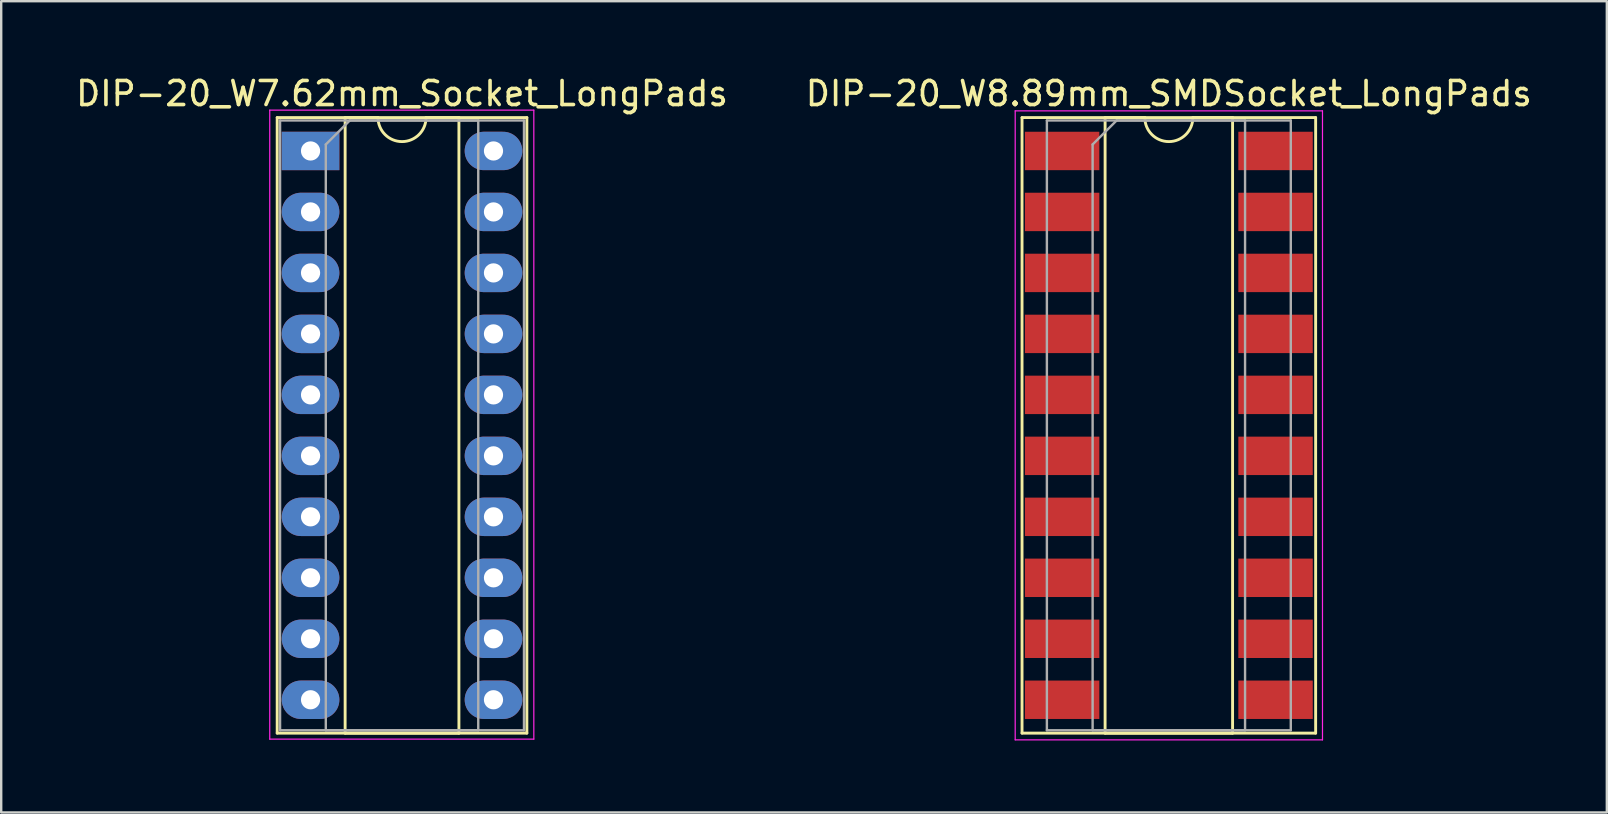
<source format=kicad_pcb>
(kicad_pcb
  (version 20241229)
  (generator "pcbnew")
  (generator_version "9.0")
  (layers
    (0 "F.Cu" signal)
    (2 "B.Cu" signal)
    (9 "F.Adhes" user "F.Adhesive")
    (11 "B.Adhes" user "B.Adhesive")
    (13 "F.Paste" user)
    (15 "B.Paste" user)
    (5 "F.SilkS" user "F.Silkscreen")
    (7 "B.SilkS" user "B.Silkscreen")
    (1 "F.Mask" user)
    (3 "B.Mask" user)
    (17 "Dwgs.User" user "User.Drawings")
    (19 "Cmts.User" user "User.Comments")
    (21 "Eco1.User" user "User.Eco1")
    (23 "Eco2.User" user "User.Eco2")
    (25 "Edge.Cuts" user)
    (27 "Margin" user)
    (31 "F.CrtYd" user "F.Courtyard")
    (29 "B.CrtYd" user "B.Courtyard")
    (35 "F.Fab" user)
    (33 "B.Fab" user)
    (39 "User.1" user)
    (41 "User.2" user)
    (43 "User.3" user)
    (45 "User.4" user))
  (footprint "DIP-20_W7.62mm_Socket_LongPads"
    (layer "F.Cu")
    (at 9.886 3.238)
    (property "Reference" "DIP-20_W7.62mm_Socket_LongPads" (at 3.81 -2.39 0) (layer "F.SilkS") (effects (font (size 1 1) (thickness 0.15))))
    (attr through_hole)
    (fp_line (start -1.39 -1.39) (end -1.39 24.25) (stroke (width 0.12) (type solid)) (layer "F.SilkS"))
    (fp_line (start -1.39 24.25) (end 9.01 24.25) (stroke (width 0.12) (type solid)) (layer "F.SilkS"))
    (fp_line (start 1.44 -1.39) (end 1.44 24.25) (stroke (width 0.12) (type solid)) (layer "F.SilkS"))
    (fp_line (start 1.44 24.25) (end 6.18 24.25) (stroke (width 0.12) (type solid)) (layer "F.SilkS"))
    (fp_line (start 2.81 -1.39) (end 1.44 -1.39) (stroke (width 0.12) (type solid)) (layer "F.SilkS"))
    (fp_line (start 6.18 -1.39) (end 4.81 -1.39) (stroke (width 0.12) (type solid)) (layer "F.SilkS"))
    (fp_line (start 6.18 24.25) (end 6.18 -1.39) (stroke (width 0.12) (type solid)) (layer "F.SilkS"))
    (fp_line (start 9.01 -1.39) (end -1.39 -1.39) (stroke (width 0.12) (type solid)) (layer "F.SilkS"))
    (fp_line (start 9.01 24.25) (end 9.01 -1.39) (stroke (width 0.12) (type solid)) (layer "F.SilkS"))
    (fp_arc (start 4.81 -1.39) (mid 3.81 -0.39) (end 2.81 -1.39) (stroke (width 0.12) (type solid)) (layer "F.SilkS"))
    (fp_line (start -1.7 -1.7) (end -1.7 24.5) (stroke (width 0.05) (type solid)) (layer "F.CrtYd"))
    (fp_line (start -1.7 24.5) (end 9.3 24.5) (stroke (width 0.05) (type solid)) (layer "F.CrtYd"))
    (fp_line (start 9.3 -1.7) (end -1.7 -1.7) (stroke (width 0.05) (type solid)) (layer "F.CrtYd"))
    (fp_line (start 9.3 24.5) (end 9.3 -1.7) (stroke (width 0.05) (type solid)) (layer "F.CrtYd"))
    (fp_line (start -1.27 -1.27) (end -1.27 24.13) (stroke (width 0.1) (type solid)) (layer "F.Fab"))
    (fp_line (start -1.27 24.13) (end 8.89 24.13) (stroke (width 0.1) (type solid)) (layer "F.Fab"))
    (fp_line (start 0.635 -0.27) (end 1.635 -1.27) (stroke (width 0.1) (type solid)) (layer "F.Fab"))
    (fp_line (start 0.635 24.13) (end 0.635 -0.27) (stroke (width 0.1) (type solid)) (layer "F.Fab"))
    (fp_line (start 1.635 -1.27) (end 6.985 -1.27) (stroke (width 0.1) (type solid)) (layer "F.Fab"))
    (fp_line (start 6.985 -1.27) (end 6.985 24.13) (stroke (width 0.1) (type solid)) (layer "F.Fab"))
    (fp_line (start 6.985 24.13) (end 0.635 24.13) (stroke (width 0.1) (type solid)) (layer "F.Fab"))
    (fp_line (start 8.89 -1.27) (end -1.27 -1.27) (stroke (width 0.1) (type solid)) (layer "F.Fab"))
    (fp_line (start 8.89 24.13) (end 8.89 -1.27) (stroke (width 0.1) (type solid)) (layer "F.Fab"))
    (pad "1" thru_hole rect (at 0 0) (size 2.4 1.6) (drill 0.8) (layers "*.Cu" "*.Mask"))
    (pad "2" thru_hole oval (at 0 2.54) (size 2.4 1.6) (drill 0.8) (layers "*.Cu" "*.Mask"))
    (pad "3" thru_hole oval (at 0 5.08) (size 2.4 1.6) (drill 0.8) (layers "*.Cu" "*.Mask"))
    (pad "4" thru_hole oval (at 0 7.62) (size 2.4 1.6) (drill 0.8) (layers "*.Cu" "*.Mask"))
    (pad "5" thru_hole oval (at 0 10.16) (size 2.4 1.6) (drill 0.8) (layers "*.Cu" "*.Mask"))
    (pad "6" thru_hole oval (at 0 12.7) (size 2.4 1.6) (drill 0.8) (layers "*.Cu" "*.Mask"))
    (pad "7" thru_hole oval (at 0 15.24) (size 2.4 1.6) (drill 0.8) (layers "*.Cu" "*.Mask"))
    (pad "8" thru_hole oval (at 0 17.78) (size 2.4 1.6) (drill 0.8) (layers "*.Cu" "*.Mask"))
    (pad "9" thru_hole oval (at 0 20.32) (size 2.4 1.6) (drill 0.8) (layers "*.Cu" "*.Mask"))
    (pad "10" thru_hole oval (at 0 22.86) (size 2.4 1.6) (drill 0.8) (layers "*.Cu" "*.Mask"))
    (pad "11" thru_hole oval (at 7.62 22.86) (size 2.4 1.6) (drill 0.8) (layers "*.Cu" "*.Mask"))
    (pad "12" thru_hole oval (at 7.62 20.32) (size 2.4 1.6) (drill 0.8) (layers "*.Cu" "*.Mask"))
    (pad "13" thru_hole oval (at 7.62 17.78) (size 2.4 1.6) (drill 0.8) (layers "*.Cu" "*.Mask"))
    (pad "14" thru_hole oval (at 7.62 15.24) (size 2.4 1.6) (drill 0.8) (layers "*.Cu" "*.Mask"))
    (pad "15" thru_hole oval (at 7.62 12.7) (size 2.4 1.6) (drill 0.8) (layers "*.Cu" "*.Mask"))
    (pad "16" thru_hole oval (at 7.62 10.16) (size 2.4 1.6) (drill 0.8) (layers "*.Cu" "*.Mask"))
    (pad "17" thru_hole oval (at 7.62 7.62) (size 2.4 1.6) (drill 0.8) (layers "*.Cu" "*.Mask"))
    (pad "18" thru_hole oval (at 7.62 5.08) (size 2.4 1.6) (drill 0.8) (layers "*.Cu" "*.Mask"))
    (pad "19" thru_hole oval (at 7.62 2.54) (size 2.4 1.6) (drill 0.8) (layers "*.Cu" "*.Mask"))
    (pad "20" thru_hole oval (at 7.62 0) (size 2.4 1.6) (drill 0.8) (layers "*.Cu" "*.Mask")))
  (footprint "DIP-20_W8.89mm_SMDSocket_LongPads"
    (layer "F.Cu")
    (at 45.637 14.668)
    (property "Reference" "DIP-20_W8.89mm_SMDSocket_LongPads" (at 0 -13.82 0) (layer "F.SilkS") (effects (font (size 1 1) (thickness 0.15))))
    (attr smd)
    (fp_line (start -6.115 -12.82) (end -6.115 12.82) (stroke (width 0.12) (type solid)) (layer "F.SilkS"))
    (fp_line (start -6.115 12.82) (end 6.115 12.82) (stroke (width 0.12) (type solid)) (layer "F.SilkS"))
    (fp_line (start -2.655 -12.82) (end -2.655 12.82) (stroke (width 0.12) (type solid)) (layer "F.SilkS"))
    (fp_line (start -2.655 12.82) (end 2.655 12.82) (stroke (width 0.12) (type solid)) (layer "F.SilkS"))
    (fp_line (start -1 -12.82) (end -2.655 -12.82) (stroke (width 0.12) (type solid)) (layer "F.SilkS"))
    (fp_line (start 2.655 -12.82) (end 1 -12.82) (stroke (width 0.12) (type solid)) (layer "F.SilkS"))
    (fp_line (start 2.655 12.82) (end 2.655 -12.82) (stroke (width 0.12) (type solid)) (layer "F.SilkS"))
    (fp_line (start 6.115 -12.82) (end -6.115 -12.82) (stroke (width 0.12) (type solid)) (layer "F.SilkS"))
    (fp_line (start 6.115 12.82) (end 6.115 -12.82) (stroke (width 0.12) (type solid)) (layer "F.SilkS"))
    (fp_arc (start 1 -12.82) (mid 0 -11.82) (end -1 -12.82) (stroke (width 0.12) (type solid)) (layer "F.SilkS"))
    (fp_line (start -6.4 -13.1) (end -6.4 13.1) (stroke (width 0.05) (type solid)) (layer "F.CrtYd"))
    (fp_line (start -6.4 13.1) (end 6.4 13.1) (stroke (width 0.05) (type solid)) (layer "F.CrtYd"))
    (fp_line (start 6.4 -13.1) (end -6.4 -13.1) (stroke (width 0.05) (type solid)) (layer "F.CrtYd"))
    (fp_line (start 6.4 13.1) (end 6.4 -13.1) (stroke (width 0.05) (type solid)) (layer "F.CrtYd"))
    (fp_line (start -5.08 -12.7) (end -5.08 12.7) (stroke (width 0.1) (type solid)) (layer "F.Fab"))
    (fp_line (start -5.08 12.7) (end 5.08 12.7) (stroke (width 0.1) (type solid)) (layer "F.Fab"))
    (fp_line (start -3.175 -11.7) (end -2.175 -12.7) (stroke (width 0.1) (type solid)) (layer "F.Fab"))
    (fp_line (start -3.175 12.7) (end -3.175 -11.7) (stroke (width 0.1) (type solid)) (layer "F.Fab"))
    (fp_line (start -2.175 -12.7) (end 3.175 -12.7) (stroke (width 0.1) (type solid)) (layer "F.Fab"))
    (fp_line (start 3.175 -12.7) (end 3.175 12.7) (stroke (width 0.1) (type solid)) (layer "F.Fab"))
    (fp_line (start 3.175 12.7) (end -3.175 12.7) (stroke (width 0.1) (type solid)) (layer "F.Fab"))
    (fp_line (start 5.08 -12.7) (end -5.08 -12.7) (stroke (width 0.1) (type solid)) (layer "F.Fab"))
    (fp_line (start 5.08 12.7) (end 5.08 -12.7) (stroke (width 0.1) (type solid)) (layer "F.Fab"))
    (pad "1" smd rect (at -4.445 -11.43) (size 3.1 1.6) (layers "F.Cu" "F.Mask"))
    (pad "2" smd rect (at -4.445 -8.89) (size 3.1 1.6) (layers "F.Cu" "F.Mask"))
    (pad "3" smd rect (at -4.445 -6.35) (size 3.1 1.6) (layers "F.Cu" "F.Mask"))
    (pad "4" smd rect (at -4.445 -3.81) (size 3.1 1.6) (layers "F.Cu" "F.Mask"))
    (pad "5" smd rect (at -4.445 -1.27) (size 3.1 1.6) (layers "F.Cu" "F.Mask"))
    (pad "6" smd rect (at -4.445 1.27) (size 3.1 1.6) (layers "F.Cu" "F.Mask"))
    (pad "7" smd rect (at -4.445 3.81) (size 3.1 1.6) (layers "F.Cu" "F.Mask"))
    (pad "8" smd rect (at -4.445 6.35) (size 3.1 1.6) (layers "F.Cu" "F.Mask"))
    (pad "9" smd rect (at -4.445 8.89) (size 3.1 1.6) (layers "F.Cu" "F.Mask"))
    (pad "10" smd rect (at -4.445 11.43) (size 3.1 1.6) (layers "F.Cu" "F.Mask"))
    (pad "11" smd rect (at 4.445 11.43) (size 3.1 1.6) (layers "F.Cu" "F.Mask"))
    (pad "12" smd rect (at 4.445 8.89) (size 3.1 1.6) (layers "F.Cu" "F.Mask"))
    (pad "13" smd rect (at 4.445 6.35) (size 3.1 1.6) (layers "F.Cu" "F.Mask"))
    (pad "14" smd rect (at 4.445 3.81) (size 3.1 1.6) (layers "F.Cu" "F.Mask"))
    (pad "15" smd rect (at 4.445 1.27) (size 3.1 1.6) (layers "F.Cu" "F.Mask"))
    (pad "16" smd rect (at 4.445 -1.27) (size 3.1 1.6) (layers "F.Cu" "F.Mask"))
    (pad "17" smd rect (at 4.445 -3.81) (size 3.1 1.6) (layers "F.Cu" "F.Mask"))
    (pad "18" smd rect (at 4.445 -6.35) (size 3.1 1.6) (layers "F.Cu" "F.Mask"))
    (pad "19" smd rect (at 4.445 -8.89) (size 3.1 1.6) (layers "F.Cu" "F.Mask"))
    (pad "20" smd rect (at 4.445 -11.43) (size 3.1 1.6) (layers "F.Cu" "F.Mask")))
  (gr_rect
    (start -3 -3)
    (end 63.881 30.793)
    (stroke (width 0.1) (type default))
    (fill no)
    (layer "Edge.Cuts")))
</source>
